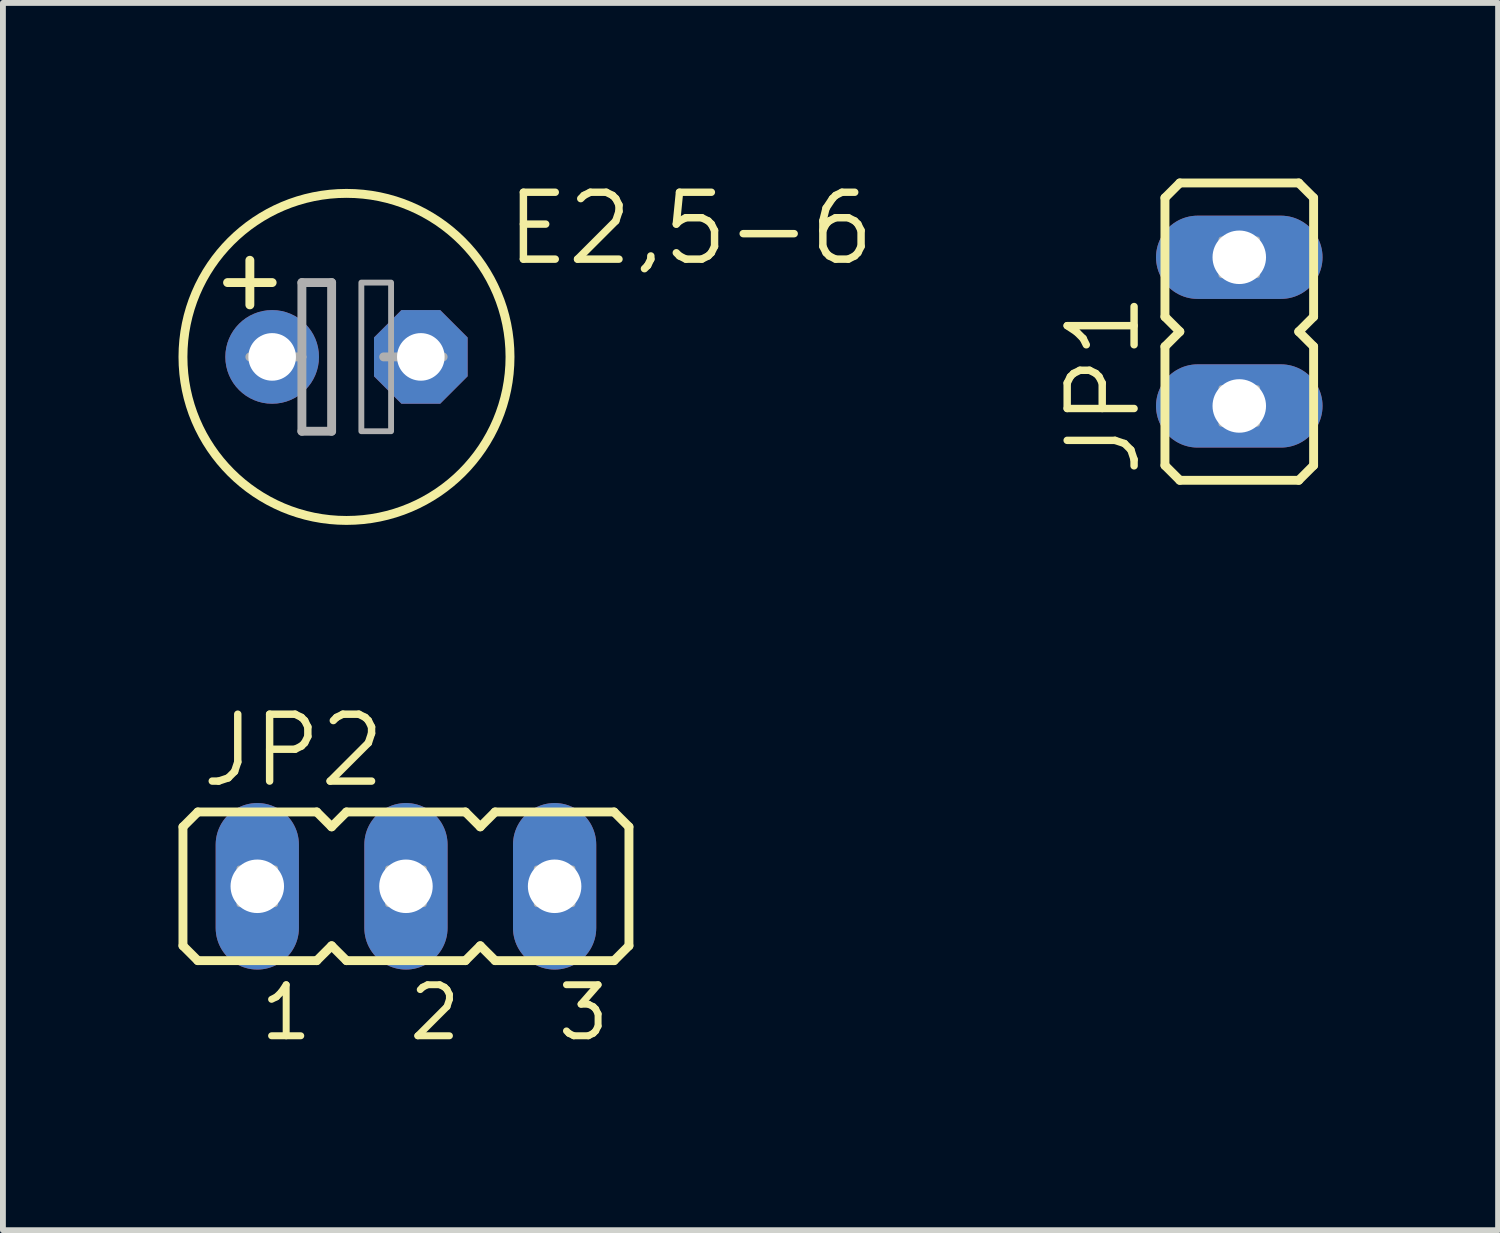
<source format=kicad_pcb>
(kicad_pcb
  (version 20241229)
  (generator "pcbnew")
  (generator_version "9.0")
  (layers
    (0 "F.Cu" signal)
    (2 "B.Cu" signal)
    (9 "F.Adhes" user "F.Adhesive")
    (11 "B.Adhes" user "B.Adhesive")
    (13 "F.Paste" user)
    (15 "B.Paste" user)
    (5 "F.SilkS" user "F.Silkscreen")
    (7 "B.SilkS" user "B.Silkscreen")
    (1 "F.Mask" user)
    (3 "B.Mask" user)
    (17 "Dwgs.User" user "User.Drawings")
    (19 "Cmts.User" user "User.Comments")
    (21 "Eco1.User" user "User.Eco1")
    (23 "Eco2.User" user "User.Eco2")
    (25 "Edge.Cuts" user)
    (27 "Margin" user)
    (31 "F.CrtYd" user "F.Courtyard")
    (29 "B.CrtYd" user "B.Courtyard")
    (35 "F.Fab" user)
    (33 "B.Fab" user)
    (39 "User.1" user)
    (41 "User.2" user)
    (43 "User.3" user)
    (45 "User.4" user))
  (footprint "JP2"
    (layer "F.Cu")
    (at 3.886 12.093)
    (property "Reference" "JP2" (at -3.556 -1.651 0) (unlocked yes) (layer "F.SilkS") (effects (font (size 1.143 1.143) (thickness 0.127)) (justify left bottom)))
    (fp_line (start -3.81 -1.016) (end -3.556 -1.27) (stroke (width 0.152) (type solid)) (layer "F.SilkS"))
    (fp_line (start -3.81 1.016) (end -3.81 -1.016) (stroke (width 0.152) (type solid)) (layer "F.SilkS"))
    (fp_line (start -3.81 1.016) (end -3.556 1.27) (stroke (width 0.152) (type solid)) (layer "F.SilkS"))
    (fp_line (start -1.524 -1.27) (end -3.556 -1.27) (stroke (width 0.152) (type solid)) (layer "F.SilkS"))
    (fp_line (start -1.524 -1.27) (end -1.27 -1.016) (stroke (width 0.152) (type solid)) (layer "F.SilkS"))
    (fp_line (start -1.524 1.27) (end -3.556 1.27) (stroke (width 0.152) (type solid)) (layer "F.SilkS"))
    (fp_line (start -1.524 1.27) (end -1.27 1.016) (stroke (width 0.152) (type solid)) (layer "F.SilkS"))
    (fp_line (start -1.27 -1.016) (end -1.016 -1.27) (stroke (width 0.152) (type solid)) (layer "F.SilkS"))
    (fp_line (start -1.27 1.016) (end -1.016 1.27) (stroke (width 0.152) (type solid)) (layer "F.SilkS"))
    (fp_line (start 1.016 -1.27) (end -1.016 -1.27) (stroke (width 0.152) (type solid)) (layer "F.SilkS"))
    (fp_line (start 1.016 -1.27) (end 1.27 -1.016) (stroke (width 0.152) (type solid)) (layer "F.SilkS"))
    (fp_line (start 1.016 1.27) (end -1.016 1.27) (stroke (width 0.152) (type solid)) (layer "F.SilkS"))
    (fp_line (start 1.016 1.27) (end 1.27 1.016) (stroke (width 0.152) (type solid)) (layer "F.SilkS"))
    (fp_line (start 1.27 -1.016) (end 1.524 -1.27) (stroke (width 0.152) (type solid)) (layer "F.SilkS"))
    (fp_line (start 1.27 1.016) (end 1.524 1.27) (stroke (width 0.152) (type solid)) (layer "F.SilkS"))
    (fp_line (start 3.556 -1.27) (end 1.524 -1.27) (stroke (width 0.152) (type solid)) (layer "F.SilkS"))
    (fp_line (start 3.556 -1.27) (end 3.81 -1.016) (stroke (width 0.152) (type solid)) (layer "F.SilkS"))
    (fp_line (start 3.556 1.27) (end 1.524 1.27) (stroke (width 0.152) (type solid)) (layer "F.SilkS"))
    (fp_line (start 3.556 1.27) (end 3.81 1.016) (stroke (width 0.152) (type solid)) (layer "F.SilkS"))
    (fp_line (start 3.81 -1.016) (end 3.81 1.016) (stroke (width 0.152) (type solid)) (layer "F.SilkS"))
    (fp_poly (pts (xy -2.845 0.305) (xy -2.235 0.305) (xy -2.235 -0.305) (xy -2.845 -0.305)) (stroke (width 0.1) (type default)) (fill no) (layer "F.Fab"))
    (fp_poly (pts (xy -0.305 0.305) (xy 0.305 0.305) (xy 0.305 -0.305) (xy -0.305 -0.305)) (stroke (width 0.1) (type default)) (fill no) (layer "F.Fab"))
    (fp_poly (pts (xy 2.235 0.305) (xy 2.845 0.305) (xy 2.845 -0.305) (xy 2.235 -0.305)) (stroke (width 0.1) (type default)) (fill no) (layer "F.Fab"))
    (fp_text user "3" (at 2.54 2.667 0) (unlocked yes) (layer "F.SilkS") (effects (font (size 0.872 0.872) (thickness 0.119)) (justify left bottom)))
    (fp_text user "1" (at -2.54 2.667 0) (unlocked yes) (layer "F.SilkS") (effects (font (size 0.872 0.872) (thickness 0.119)) (justify left bottom)))
    (fp_text user "2" (at 0 2.667 0) (unlocked yes) (layer "F.SilkS") (effects (font (size 0.872 0.872) (thickness 0.119)) (justify left bottom)))
    (pad "1" thru_hole oval (at -2.54 0 90) (size 2.845 1.422) (drill 0.914) (layers "*.Cu" "*.Mask"))
    (pad "2" thru_hole oval (at 0 0 90) (size 2.845 1.422) (drill 0.914) (layers "*.Cu" "*.Mask"))
    (pad "3" thru_hole oval (at 2.54 0 90) (size 2.845 1.422) (drill 0.914) (layers "*.Cu" "*.Mask")))
  (footprint "E2,5-6"
    (layer "F.Cu")
    (at 2.87 3.048)
    (property "Reference" "E2,5-6" (at 2.667 -1.524 0) (unlocked yes) (layer "F.SilkS") (effects (font (size 1.143 1.143) (thickness 0.127)) (justify left bottom)))
    (fp_line (start -2.032 -1.27) (end -1.651 -1.27) (stroke (width 0.152) (type solid)) (layer "F.SilkS"))
    (fp_line (start -1.651 -1.27) (end -1.651 -1.651) (stroke (width 0.152) (type solid)) (layer "F.SilkS"))
    (fp_line (start -1.651 -1.27) (end -1.27 -1.27) (stroke (width 0.152) (type solid)) (layer "F.SilkS"))
    (fp_line (start -1.651 -0.889) (end -1.651 -1.27) (stroke (width 0.152) (type solid)) (layer "F.SilkS"))
    (fp_circle (center 0 0) (end 2.794 0) (stroke (width 0.152) (type solid)) (fill no) (layer "F.SilkS"))
    (fp_line (start -1.651 0) (end -0.762 0) (stroke (width 0.152) (type solid)) (layer "F.Fab"))
    (fp_line (start -0.762 -1.27) (end -0.762 0) (stroke (width 0.152) (type solid)) (layer "F.Fab"))
    (fp_line (start -0.762 0) (end -0.762 1.27) (stroke (width 0.152) (type solid)) (layer "F.Fab"))
    (fp_line (start -0.762 1.27) (end -0.254 1.27) (stroke (width 0.152) (type solid)) (layer "F.Fab"))
    (fp_line (start -0.254 -1.27) (end -0.762 -1.27) (stroke (width 0.152) (type solid)) (layer "F.Fab"))
    (fp_line (start -0.254 1.27) (end -0.254 -1.27) (stroke (width 0.152) (type solid)) (layer "F.Fab"))
    (fp_line (start 0.635 0) (end 1.651 0) (stroke (width 0.152) (type solid)) (layer "F.Fab"))
    (fp_poly (pts (xy 0.254 1.27) (xy 0.762 1.27) (xy 0.762 -1.27) (xy 0.254 -1.27)) (stroke (width 0.1) (type default)) (fill no) (layer "F.Fab"))
    (pad "+" thru_hole circle (at -1.27 0) (size 1.6 1.6) (drill 0.813) (layers "*.Cu" "*.Mask"))
    (pad "-" thru_hole roundrect (at 1.27 0) (size 1.6 1.6) (drill 0.813) (layers "*.Cu" "*.Mask") (roundrect_rratio 0.25) (chamfer_ratio 0.293) (chamfer top_left top_right bottom_left bottom_right)))
  (footprint "JP1"
    (layer "F.Cu")
    (at 18.124 2.616)
    (property "Reference" "JP1" (at -1.651 2.54 90) (unlocked yes) (layer "F.SilkS") (effects (font (size 1.143 1.143) (thickness 0.127)) (justify left bottom)))
    (fp_line (start -1.27 -2.286) (end -1.27 -0.254) (stroke (width 0.152) (type solid)) (layer "F.SilkS"))
    (fp_line (start -1.27 -2.286) (end -1.016 -2.54) (stroke (width 0.152) (type solid)) (layer "F.SilkS"))
    (fp_line (start -1.27 0.254) (end -1.27 2.286) (stroke (width 0.152) (type solid)) (layer "F.SilkS"))
    (fp_line (start -1.016 0) (end -1.27 -0.254) (stroke (width 0.152) (type solid)) (layer "F.SilkS"))
    (fp_line (start -1.016 0) (end -1.27 0.254) (stroke (width 0.152) (type solid)) (layer "F.SilkS"))
    (fp_line (start -1.016 2.54) (end -1.27 2.286) (stroke (width 0.152) (type solid)) (layer "F.SilkS"))
    (fp_line (start -1.016 2.54) (end 1.016 2.54) (stroke (width 0.152) (type solid)) (layer "F.SilkS"))
    (fp_line (start 1.016 -2.54) (end -1.016 -2.54) (stroke (width 0.152) (type solid)) (layer "F.SilkS"))
    (fp_line (start 1.016 0) (end 1.27 -0.254) (stroke (width 0.152) (type solid)) (layer "F.SilkS"))
    (fp_line (start 1.016 0) (end 1.27 0.254) (stroke (width 0.152) (type solid)) (layer "F.SilkS"))
    (fp_line (start 1.016 2.54) (end 1.27 2.286) (stroke (width 0.152) (type solid)) (layer "F.SilkS"))
    (fp_line (start 1.27 -2.286) (end 1.016 -2.54) (stroke (width 0.152) (type solid)) (layer "F.SilkS"))
    (fp_line (start 1.27 -2.286) (end 1.27 -0.254) (stroke (width 0.152) (type solid)) (layer "F.SilkS"))
    (fp_line (start 1.27 0.254) (end 1.27 2.286) (stroke (width 0.152) (type solid)) (layer "F.SilkS"))
    (fp_poly (pts (xy -0.305 -0.965) (xy 0.305 -0.965) (xy 0.305 -1.575) (xy -0.305 -1.575)) (stroke (width 0.1) (type default)) (fill no) (layer "F.Fab"))
    (fp_poly (pts (xy -0.305 1.575) (xy 0.305 1.575) (xy 0.305 0.965) (xy -0.305 0.965)) (stroke (width 0.1) (type default)) (fill no) (layer "F.Fab"))
    (pad "1" thru_hole oval (at 0 1.27) (size 2.845 1.422) (drill 0.914) (layers "*.Cu" "*.Mask"))
    (pad "2" thru_hole oval (at 0 -1.27) (size 2.845 1.422) (drill 0.914) (layers "*.Cu" "*.Mask")))
  (gr_rect
    (start -3 -3)
    (end 22.546 17.969)
    (stroke (width 0.1) (type default))
    (fill no)
    (layer "Edge.Cuts")))
</source>
